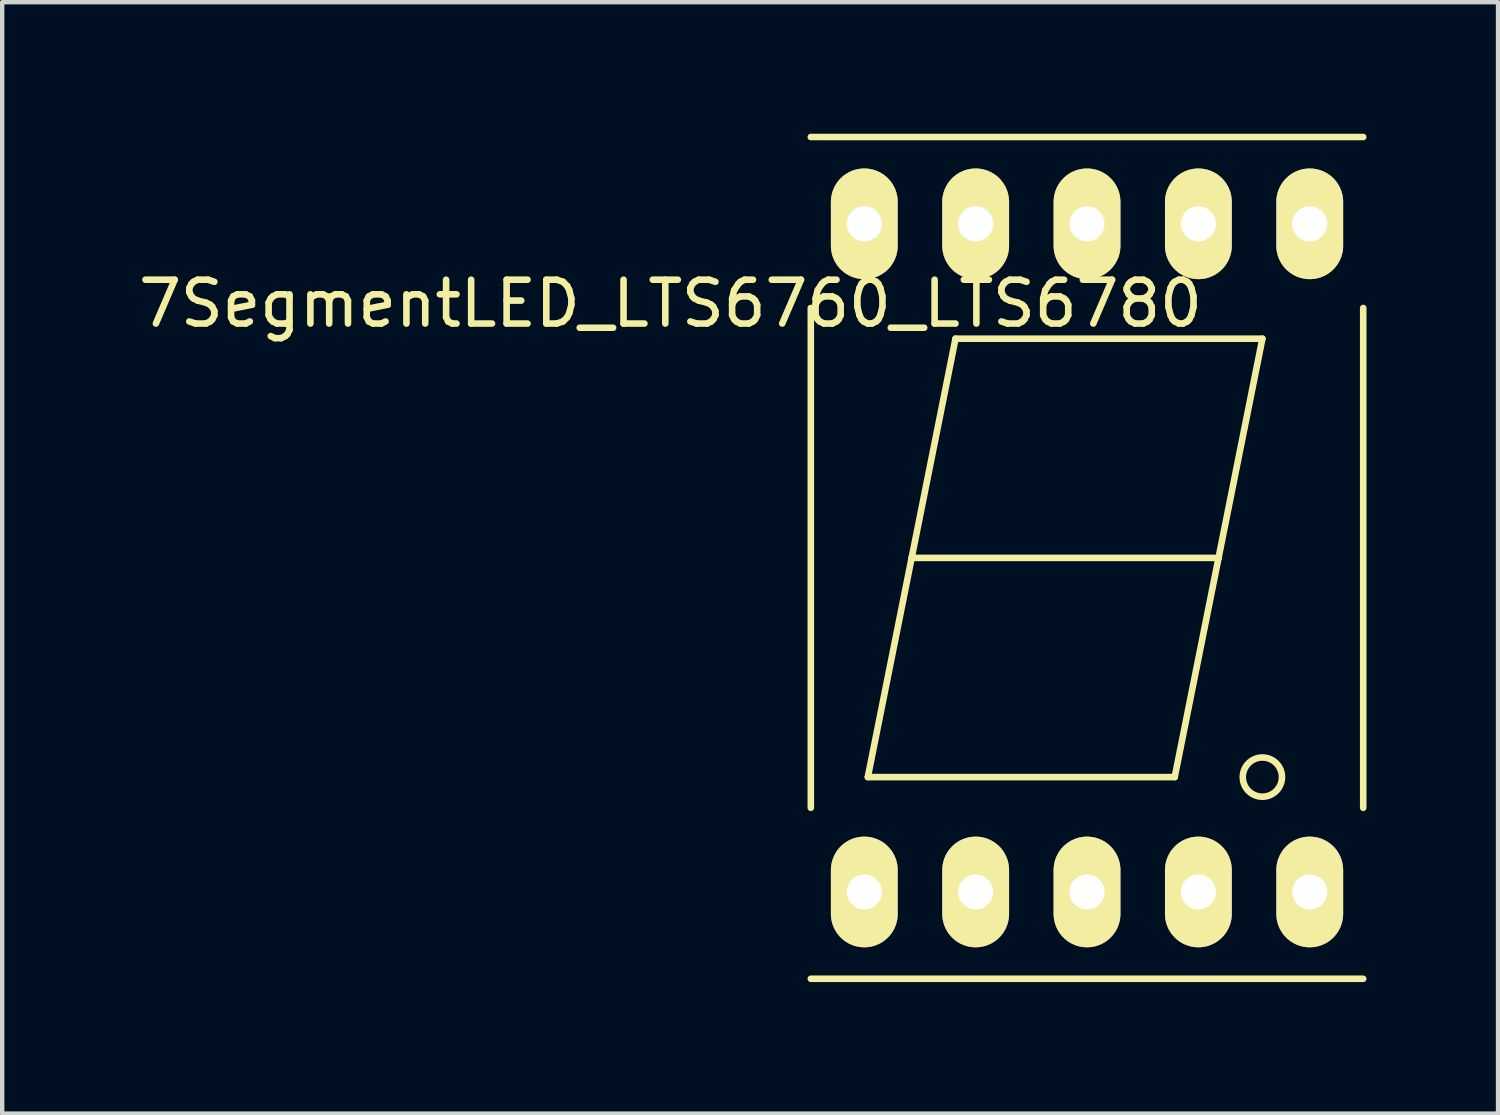
<source format=kicad_pcb>
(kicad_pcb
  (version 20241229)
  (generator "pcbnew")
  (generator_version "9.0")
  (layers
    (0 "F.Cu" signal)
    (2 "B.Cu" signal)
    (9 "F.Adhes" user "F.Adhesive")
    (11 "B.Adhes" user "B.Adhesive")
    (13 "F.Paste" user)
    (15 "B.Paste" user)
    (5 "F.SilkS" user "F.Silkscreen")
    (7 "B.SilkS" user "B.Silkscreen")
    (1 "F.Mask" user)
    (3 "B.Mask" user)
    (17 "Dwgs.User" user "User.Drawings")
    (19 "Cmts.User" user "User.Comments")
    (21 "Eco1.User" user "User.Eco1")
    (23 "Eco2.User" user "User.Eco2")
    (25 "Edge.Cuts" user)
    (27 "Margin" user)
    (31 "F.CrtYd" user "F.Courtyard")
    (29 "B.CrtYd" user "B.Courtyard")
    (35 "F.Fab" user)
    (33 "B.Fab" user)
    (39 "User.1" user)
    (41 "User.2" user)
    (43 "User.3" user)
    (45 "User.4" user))
  (footprint "7SegmentLED_LTS6760_LTS6780"
    (layer "F.Cu")
    (at 21.744 9.675)
    (property "Reference" "7SegmentLED_LTS6760_LTS6780" (at -9.5 -5.8 0) (layer "F.SilkS") (effects (font (size 1 1) (thickness 0.15))))
    (attr through_hole)
    (fp_line (start -6.3 -9.6) (end 6.3 -9.6) (stroke (width 0.15) (type solid)) (layer "F.SilkS"))
    (fp_line (start -6.3 -5.7) (end -6.3 5.7) (stroke (width 0.15) (type solid)) (layer "F.SilkS"))
    (fp_line (start -5 5) (end 2 5) (stroke (width 0.15) (type solid)) (layer "F.SilkS"))
    (fp_line (start -4 0) (end -5 5) (stroke (width 0.15) (type solid)) (layer "F.SilkS"))
    (fp_line (start -3 -5) (end -4 0) (stroke (width 0.15) (type solid)) (layer "F.SilkS"))
    (fp_line (start -3 -5) (end 4 -5) (stroke (width 0.15) (type solid)) (layer "F.SilkS"))
    (fp_line (start 2 5) (end 3 0) (stroke (width 0.15) (type solid)) (layer "F.SilkS"))
    (fp_line (start 3 0) (end -4 0) (stroke (width 0.15) (type solid)) (layer "F.SilkS"))
    (fp_line (start 4 -5) (end 3 0) (stroke (width 0.15) (type solid)) (layer "F.SilkS"))
    (fp_line (start 6.3 -5.7) (end 6.3 5.7) (stroke (width 0.15) (type solid)) (layer "F.SilkS"))
    (fp_line (start 6.3 9.6) (end -6.3 9.6) (stroke (width 0.15) (type solid)) (layer "F.SilkS"))
    (fp_circle (center 4 5) (end 4.4 5.2) (stroke (width 0.15) (type solid)) (fill no) (layer "F.SilkS"))
    (pad "1" thru_hole oval (at -5.08 7.62) (size 1.524 2.524) (drill 0.8) (layers "*.Cu" "*.Mask" "F.SilkS"))
    (pad "2" thru_hole oval (at -2.54 7.62) (size 1.524 2.524) (drill 0.8) (layers "*.Cu" "*.Mask" "F.SilkS"))
    (pad "3" thru_hole oval (at 0 7.62) (size 1.524 2.524) (drill 0.8) (layers "*.Cu" "*.Mask" "F.SilkS"))
    (pad "4" thru_hole oval (at 2.54 7.62) (size 1.524 2.524) (drill 0.8) (layers "*.Cu" "*.Mask" "F.SilkS"))
    (pad "5" thru_hole oval (at 5.08 7.62) (size 1.524 2.524) (drill 0.8) (layers "*.Cu" "*.Mask" "F.SilkS"))
    (pad "6" thru_hole oval (at 5.08 -7.62) (size 1.524 2.524) (drill 0.8) (layers "*.Cu" "*.Mask" "F.SilkS"))
    (pad "7" thru_hole oval (at 2.54 -7.62) (size 1.524 2.524) (drill 0.8) (layers "*.Cu" "*.Mask" "F.SilkS"))
    (pad "8" thru_hole oval (at 0 -7.62) (size 1.524 2.524) (drill 0.8) (layers "*.Cu" "*.Mask" "F.SilkS"))
    (pad "9" thru_hole oval (at -2.54 -7.62) (size 1.524 2.524) (drill 0.8) (layers "*.Cu" "*.Mask" "F.SilkS"))
    (pad "10" thru_hole oval (at -5.08 -7.62) (size 1.524 2.524) (drill 0.8) (layers "*.Cu" "*.Mask" "F.SilkS")))
  (gr_rect
    (start -3 -3)
    (end 31.119 22.35)
    (stroke (width 0.1) (type default))
    (fill no)
    (layer "Edge.Cuts")))
</source>
